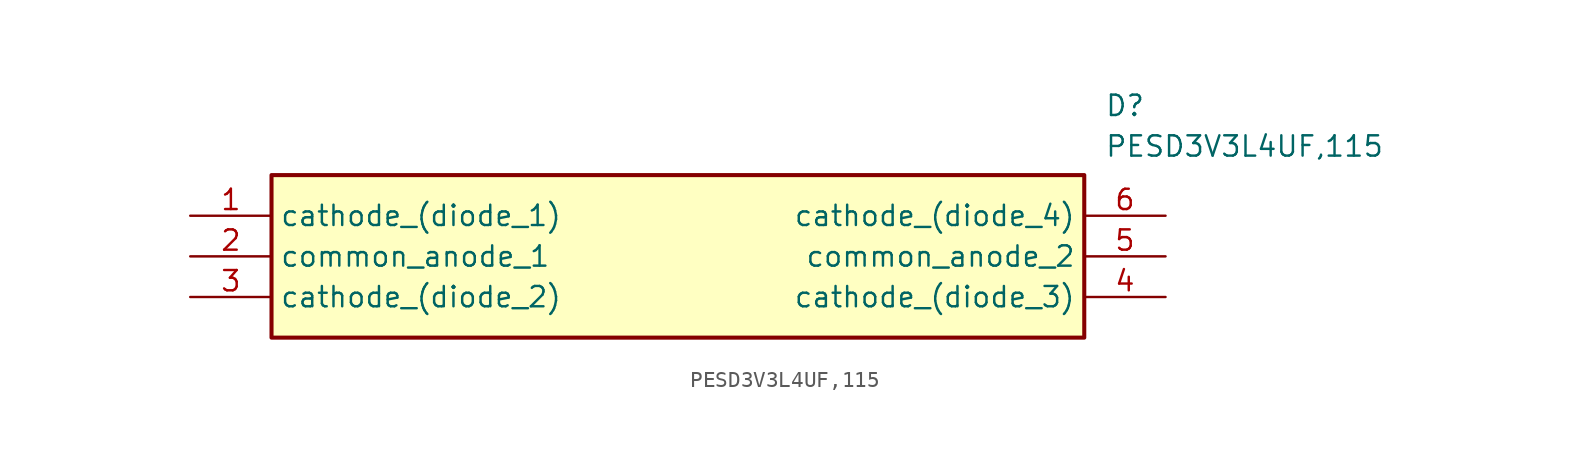
<source format=kicad_sym>
(kicad_symbol_lib
  (version 20211014)
  (generator SamacSys_ECAD_Model)
  (symbol "PESD3V3L4UF,115"
    (property "Reference" "D"
      (at 57.15 7.62 0)
      (effects (font (size 1.27 1.27)) (justify left top)))
    (property "Value" "PESD3V3L4UF,115"
      (at 57.15 5.08 0)
      (effects (font (size 1.27 1.27)) (justify left top)))
    (rectangle
      (start 5.08 2.54)
      (end 55.88 -7.62)
      (stroke (width 0.254) (type default))
      (fill (type background)))
    (pin passive line
      (at 0 0 0)
      (length 5.08)
      (name "cathode_(diode_1)" (effects (font (size 1.27 1.27))))
      (number "1" (effects (font (size 1.27 1.27)))))
    (pin passive line
      (at 0 -2.54 0)
      (length 5.08)
      (name "common_anode_1" (effects (font (size 1.27 1.27))))
      (number "2" (effects (font (size 1.27 1.27)))))
    (pin passive line
      (at 0 -5.08 0)
      (length 5.08)
      (name "cathode_(diode_2)" (effects (font (size 1.27 1.27))))
      (number "3" (effects (font (size 1.27 1.27)))))
    (pin passive line
      (at 60.96 -5.08 180)
      (length 5.08)
      (name "cathode_(diode_3)" (effects (font (size 1.27 1.27))))
      (number "4" (effects (font (size 1.27 1.27)))))
    (pin passive line
      (at 60.96 -2.54 180)
      (length 5.08)
      (name "common_anode_2" (effects (font (size 1.27 1.27))))
      (number "5" (effects (font (size 1.27 1.27)))))
    (pin passive line
      (at 60.96 0 180)
      (length 5.08)
      (name "cathode_(diode_4)" (effects (font (size 1.27 1.27))))
      (number "6" (effects (font (size 1.27 1.27)))))))
</source>
